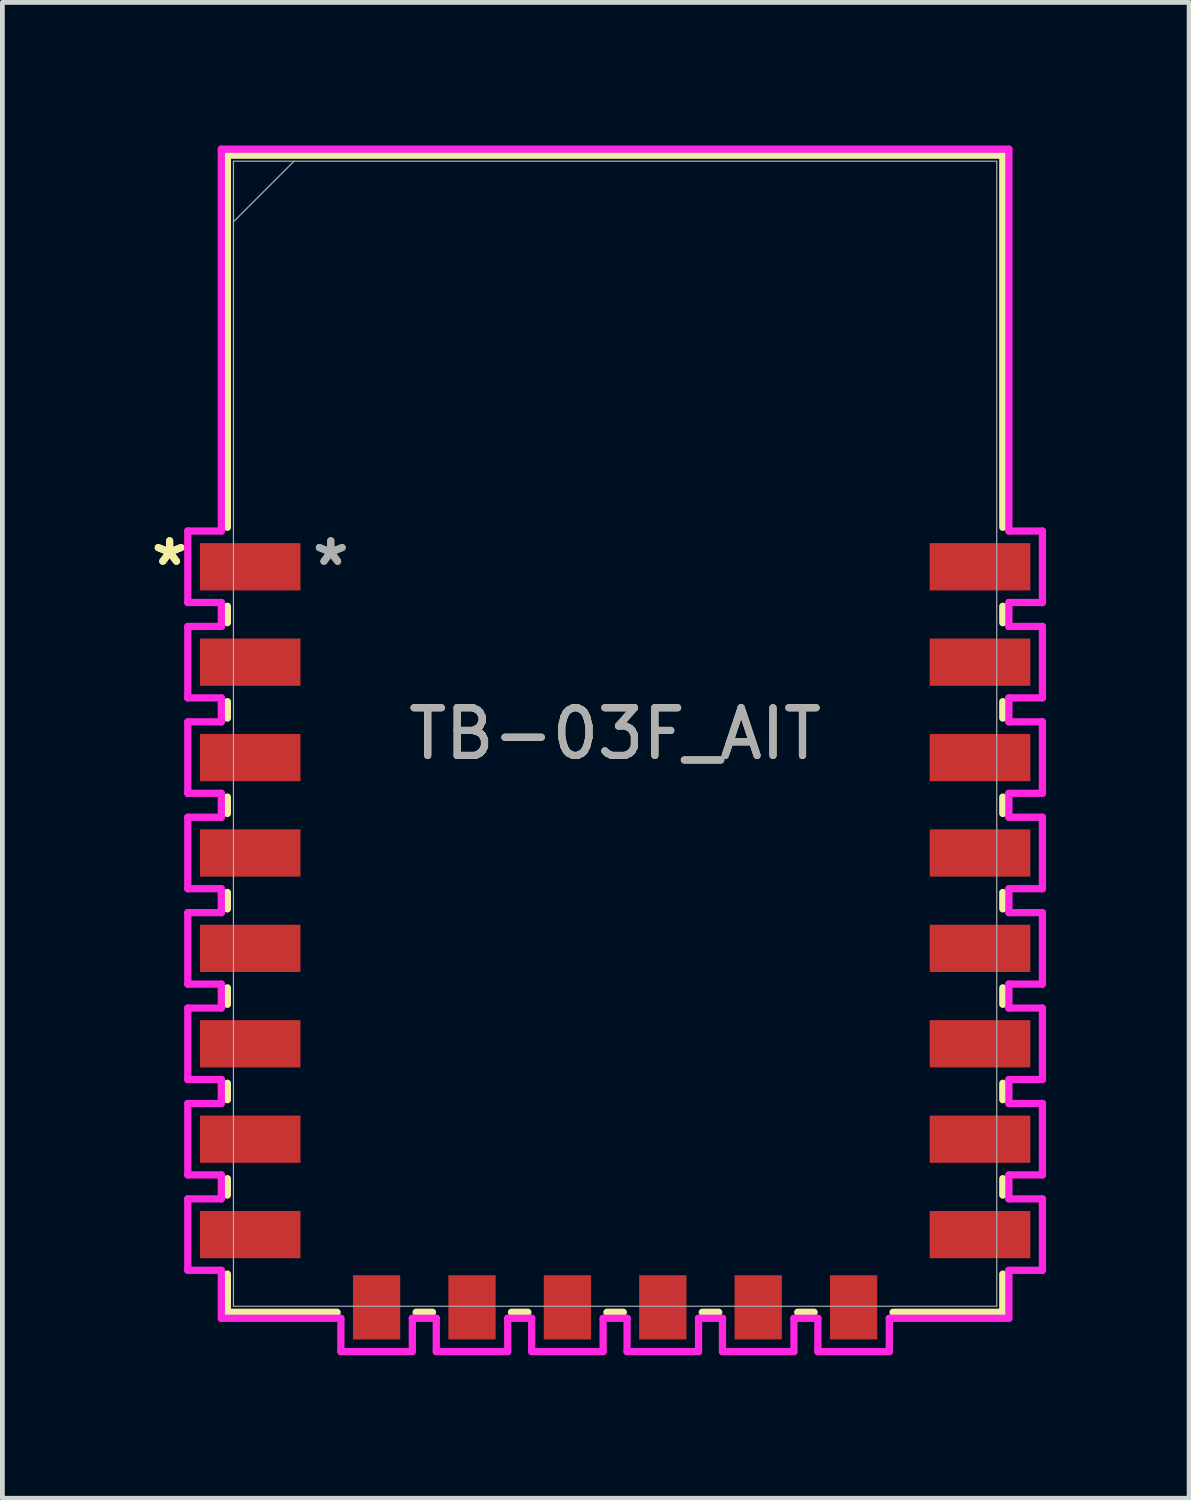
<source format=kicad_pcb>
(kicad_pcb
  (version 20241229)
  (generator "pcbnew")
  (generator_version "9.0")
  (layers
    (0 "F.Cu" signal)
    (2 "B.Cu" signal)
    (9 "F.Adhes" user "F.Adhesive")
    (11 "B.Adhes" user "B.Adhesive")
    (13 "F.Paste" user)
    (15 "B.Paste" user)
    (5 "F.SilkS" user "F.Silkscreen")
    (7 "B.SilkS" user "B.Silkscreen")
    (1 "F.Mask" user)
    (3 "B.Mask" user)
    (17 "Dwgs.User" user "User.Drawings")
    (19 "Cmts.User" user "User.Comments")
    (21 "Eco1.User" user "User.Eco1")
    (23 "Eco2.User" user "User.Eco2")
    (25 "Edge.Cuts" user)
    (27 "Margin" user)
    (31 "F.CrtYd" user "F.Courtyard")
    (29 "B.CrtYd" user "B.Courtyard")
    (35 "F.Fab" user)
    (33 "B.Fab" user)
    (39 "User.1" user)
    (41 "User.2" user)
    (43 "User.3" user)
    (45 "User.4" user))
  (footprint "TB-03F_AIT"
    (layer "F.Cu")
    (at 9.845 12.332)
    (property "Reference" "TB-03F_AIT" (at 0 0 0) (unlocked yes) (layer "F.SilkS") (effects (font (size 1 1) (thickness 0.15))))
    (attr smd)
    (fp_line (start -8.128 -12.129) (end 8.128 -12.129) (stroke (width 0.152) (type solid)) (layer "F.SilkS"))
    (fp_line (start -8.128 -4.328) (end -8.128 -12.129) (stroke (width 0.152) (type solid)) (layer "F.SilkS"))
    (fp_line (start -8.128 -2.328) (end -8.128 -2.672) (stroke (width 0.152) (type solid)) (layer "F.SilkS"))
    (fp_line (start -8.128 -0.328) (end -8.128 -0.672) (stroke (width 0.152) (type solid)) (layer "F.SilkS"))
    (fp_line (start -8.128 1.672) (end -8.128 1.328) (stroke (width 0.152) (type solid)) (layer "F.SilkS"))
    (fp_line (start -8.128 3.672) (end -8.128 3.328) (stroke (width 0.152) (type solid)) (layer "F.SilkS"))
    (fp_line (start -8.128 5.672) (end -8.128 5.328) (stroke (width 0.152) (type solid)) (layer "F.SilkS"))
    (fp_line (start -8.128 7.672) (end -8.128 7.328) (stroke (width 0.152) (type solid)) (layer "F.SilkS"))
    (fp_line (start -8.128 9.672) (end -8.128 9.328) (stroke (width 0.152) (type solid)) (layer "F.SilkS"))
    (fp_line (start -8.128 12.129) (end -8.128 11.328) (stroke (width 0.152) (type solid)) (layer "F.SilkS"))
    (fp_line (start -5.828 12.129) (end -8.128 12.129) (stroke (width 0.152) (type solid)) (layer "F.SilkS"))
    (fp_line (start -3.828 12.129) (end -4.172 12.129) (stroke (width 0.152) (type solid)) (layer "F.SilkS"))
    (fp_line (start -1.828 12.129) (end -2.172 12.129) (stroke (width 0.152) (type solid)) (layer "F.SilkS"))
    (fp_line (start 0.172 12.129) (end -0.172 12.129) (stroke (width 0.152) (type solid)) (layer "F.SilkS"))
    (fp_line (start 2.172 12.129) (end 1.828 12.129) (stroke (width 0.152) (type solid)) (layer "F.SilkS"))
    (fp_line (start 4.172 12.129) (end 3.828 12.129) (stroke (width 0.152) (type solid)) (layer "F.SilkS"))
    (fp_line (start 8.128 -12.129) (end 8.128 -4.328) (stroke (width 0.152) (type solid)) (layer "F.SilkS"))
    (fp_line (start 8.128 -2.672) (end 8.128 -2.328) (stroke (width 0.152) (type solid)) (layer "F.SilkS"))
    (fp_line (start 8.128 -0.672) (end 8.128 -0.328) (stroke (width 0.152) (type solid)) (layer "F.SilkS"))
    (fp_line (start 8.128 1.328) (end 8.128 1.672) (stroke (width 0.152) (type solid)) (layer "F.SilkS"))
    (fp_line (start 8.128 3.328) (end 8.128 3.672) (stroke (width 0.152) (type solid)) (layer "F.SilkS"))
    (fp_line (start 8.128 5.328) (end 8.128 5.672) (stroke (width 0.152) (type solid)) (layer "F.SilkS"))
    (fp_line (start 8.128 7.328) (end 8.128 7.672) (stroke (width 0.152) (type solid)) (layer "F.SilkS"))
    (fp_line (start 8.128 9.328) (end 8.128 9.672) (stroke (width 0.152) (type solid)) (layer "F.SilkS"))
    (fp_line (start 8.128 11.328) (end 8.128 12.129) (stroke (width 0.152) (type solid)) (layer "F.SilkS"))
    (fp_line (start 8.128 12.129) (end 5.828 12.129) (stroke (width 0.152) (type solid)) (layer "F.SilkS"))
    (fp_poly (pts (xy -8.001 -12.002) (xy -8.001 -6.007) (xy 8.001 -6.007) (xy 8.001 -12.002)) (stroke (width 0.1) (type solid)) (fill no) (layer "Eco2.User"))
    (fp_line (start -8.958 -4.249) (end -8.958 -2.751) (stroke (width 0.152) (type solid)) (layer "F.CrtYd"))
    (fp_line (start -8.958 -2.751) (end -8.255 -2.751) (stroke (width 0.152) (type solid)) (layer "F.CrtYd"))
    (fp_line (start -8.958 -2.249) (end -8.958 -0.751) (stroke (width 0.152) (type solid)) (layer "F.CrtYd"))
    (fp_line (start -8.958 -0.751) (end -8.255 -0.751) (stroke (width 0.152) (type solid)) (layer "F.CrtYd"))
    (fp_line (start -8.958 -0.249) (end -8.958 1.249) (stroke (width 0.152) (type solid)) (layer "F.CrtYd"))
    (fp_line (start -8.958 1.249) (end -8.255 1.249) (stroke (width 0.152) (type solid)) (layer "F.CrtYd"))
    (fp_line (start -8.958 1.751) (end -8.958 3.249) (stroke (width 0.152) (type solid)) (layer "F.CrtYd"))
    (fp_line (start -8.958 3.249) (end -8.255 3.249) (stroke (width 0.152) (type solid)) (layer "F.CrtYd"))
    (fp_line (start -8.958 3.751) (end -8.958 5.249) (stroke (width 0.152) (type solid)) (layer "F.CrtYd"))
    (fp_line (start -8.958 5.249) (end -8.255 5.249) (stroke (width 0.152) (type solid)) (layer "F.CrtYd"))
    (fp_line (start -8.958 5.751) (end -8.958 7.249) (stroke (width 0.152) (type solid)) (layer "F.CrtYd"))
    (fp_line (start -8.958 7.249) (end -8.255 7.249) (stroke (width 0.152) (type solid)) (layer "F.CrtYd"))
    (fp_line (start -8.958 7.751) (end -8.958 9.249) (stroke (width 0.152) (type solid)) (layer "F.CrtYd"))
    (fp_line (start -8.958 9.249) (end -8.255 9.249) (stroke (width 0.152) (type solid)) (layer "F.CrtYd"))
    (fp_line (start -8.958 9.751) (end -8.958 11.249) (stroke (width 0.152) (type solid)) (layer "F.CrtYd"))
    (fp_line (start -8.958 11.249) (end -8.255 11.249) (stroke (width 0.152) (type solid)) (layer "F.CrtYd"))
    (fp_line (start -8.255 -12.255) (end -8.255 -4.249) (stroke (width 0.152) (type solid)) (layer "F.CrtYd"))
    (fp_line (start -8.255 -4.249) (end -8.958 -4.249) (stroke (width 0.152) (type solid)) (layer "F.CrtYd"))
    (fp_line (start -8.255 -2.751) (end -8.255 -2.249) (stroke (width 0.152) (type solid)) (layer "F.CrtYd"))
    (fp_line (start -8.255 -2.249) (end -8.958 -2.249) (stroke (width 0.152) (type solid)) (layer "F.CrtYd"))
    (fp_line (start -8.255 -0.751) (end -8.255 -0.249) (stroke (width 0.152) (type solid)) (layer "F.CrtYd"))
    (fp_line (start -8.255 -0.249) (end -8.958 -0.249) (stroke (width 0.152) (type solid)) (layer "F.CrtYd"))
    (fp_line (start -8.255 1.249) (end -8.255 1.751) (stroke (width 0.152) (type solid)) (layer "F.CrtYd"))
    (fp_line (start -8.255 1.751) (end -8.958 1.751) (stroke (width 0.152) (type solid)) (layer "F.CrtYd"))
    (fp_line (start -8.255 3.249) (end -8.255 3.751) (stroke (width 0.152) (type solid)) (layer "F.CrtYd"))
    (fp_line (start -8.255 3.751) (end -8.958 3.751) (stroke (width 0.152) (type solid)) (layer "F.CrtYd"))
    (fp_line (start -8.255 5.249) (end -8.255 5.751) (stroke (width 0.152) (type solid)) (layer "F.CrtYd"))
    (fp_line (start -8.255 5.751) (end -8.958 5.751) (stroke (width 0.152) (type solid)) (layer "F.CrtYd"))
    (fp_line (start -8.255 7.249) (end -8.255 7.751) (stroke (width 0.152) (type solid)) (layer "F.CrtYd"))
    (fp_line (start -8.255 7.751) (end -8.958 7.751) (stroke (width 0.152) (type solid)) (layer "F.CrtYd"))
    (fp_line (start -8.255 9.249) (end -8.255 9.751) (stroke (width 0.152) (type solid)) (layer "F.CrtYd"))
    (fp_line (start -8.255 9.751) (end -8.958 9.751) (stroke (width 0.152) (type solid)) (layer "F.CrtYd"))
    (fp_line (start -8.255 11.249) (end -8.255 12.255) (stroke (width 0.152) (type solid)) (layer "F.CrtYd"))
    (fp_line (start -8.255 12.255) (end -5.749 12.255) (stroke (width 0.152) (type solid)) (layer "F.CrtYd"))
    (fp_line (start -5.749 12.255) (end -5.749 12.952) (stroke (width 0.152) (type solid)) (layer "F.CrtYd"))
    (fp_line (start -5.749 12.952) (end -4.251 12.952) (stroke (width 0.152) (type solid)) (layer "F.CrtYd"))
    (fp_line (start -4.251 12.255) (end -3.749 12.255) (stroke (width 0.152) (type solid)) (layer "F.CrtYd"))
    (fp_line (start -4.251 12.952) (end -4.251 12.255) (stroke (width 0.152) (type solid)) (layer "F.CrtYd"))
    (fp_line (start -3.749 12.255) (end -3.749 12.952) (stroke (width 0.152) (type solid)) (layer "F.CrtYd"))
    (fp_line (start -3.749 12.952) (end -2.251 12.952) (stroke (width 0.152) (type solid)) (layer "F.CrtYd"))
    (fp_line (start -2.251 12.255) (end -1.749 12.255) (stroke (width 0.152) (type solid)) (layer "F.CrtYd"))
    (fp_line (start -2.251 12.952) (end -2.251 12.255) (stroke (width 0.152) (type solid)) (layer "F.CrtYd"))
    (fp_line (start -1.749 12.255) (end -1.749 12.952) (stroke (width 0.152) (type solid)) (layer "F.CrtYd"))
    (fp_line (start -1.749 12.952) (end -0.251 12.952) (stroke (width 0.152) (type solid)) (layer "F.CrtYd"))
    (fp_line (start -0.251 12.255) (end 0.251 12.255) (stroke (width 0.152) (type solid)) (layer "F.CrtYd"))
    (fp_line (start -0.251 12.952) (end -0.251 12.255) (stroke (width 0.152) (type solid)) (layer "F.CrtYd"))
    (fp_line (start 0.251 12.255) (end 0.251 12.952) (stroke (width 0.152) (type solid)) (layer "F.CrtYd"))
    (fp_line (start 0.251 12.952) (end 1.749 12.952) (stroke (width 0.152) (type solid)) (layer "F.CrtYd"))
    (fp_line (start 1.749 12.255) (end 2.251 12.255) (stroke (width 0.152) (type solid)) (layer "F.CrtYd"))
    (fp_line (start 1.749 12.952) (end 1.749 12.255) (stroke (width 0.152) (type solid)) (layer "F.CrtYd"))
    (fp_line (start 2.251 12.255) (end 2.251 12.952) (stroke (width 0.152) (type solid)) (layer "F.CrtYd"))
    (fp_line (start 2.251 12.952) (end 3.749 12.952) (stroke (width 0.152) (type solid)) (layer "F.CrtYd"))
    (fp_line (start 3.749 12.255) (end 4.251 12.255) (stroke (width 0.152) (type solid)) (layer "F.CrtYd"))
    (fp_line (start 3.749 12.952) (end 3.749 12.255) (stroke (width 0.152) (type solid)) (layer "F.CrtYd"))
    (fp_line (start 4.251 12.255) (end 4.251 12.952) (stroke (width 0.152) (type solid)) (layer "F.CrtYd"))
    (fp_line (start 4.251 12.952) (end 5.749 12.952) (stroke (width 0.152) (type solid)) (layer "F.CrtYd"))
    (fp_line (start 5.749 12.255) (end 8.255 12.255) (stroke (width 0.152) (type solid)) (layer "F.CrtYd"))
    (fp_line (start 5.749 12.952) (end 5.749 12.255) (stroke (width 0.152) (type solid)) (layer "F.CrtYd"))
    (fp_line (start 8.255 -12.255) (end -8.255 -12.255) (stroke (width 0.152) (type solid)) (layer "F.CrtYd"))
    (fp_line (start 8.255 -4.249) (end 8.255 -12.255) (stroke (width 0.152) (type solid)) (layer "F.CrtYd"))
    (fp_line (start 8.255 -2.751) (end 8.958 -2.751) (stroke (width 0.152) (type solid)) (layer "F.CrtYd"))
    (fp_line (start 8.255 -2.249) (end 8.255 -2.751) (stroke (width 0.152) (type solid)) (layer "F.CrtYd"))
    (fp_line (start 8.255 -0.751) (end 8.958 -0.751) (stroke (width 0.152) (type solid)) (layer "F.CrtYd"))
    (fp_line (start 8.255 -0.249) (end 8.255 -0.751) (stroke (width 0.152) (type solid)) (layer "F.CrtYd"))
    (fp_line (start 8.255 1.249) (end 8.958 1.249) (stroke (width 0.152) (type solid)) (layer "F.CrtYd"))
    (fp_line (start 8.255 1.751) (end 8.255 1.249) (stroke (width 0.152) (type solid)) (layer "F.CrtYd"))
    (fp_line (start 8.255 3.249) (end 8.958 3.249) (stroke (width 0.152) (type solid)) (layer "F.CrtYd"))
    (fp_line (start 8.255 3.751) (end 8.255 3.249) (stroke (width 0.152) (type solid)) (layer "F.CrtYd"))
    (fp_line (start 8.255 5.249) (end 8.958 5.249) (stroke (width 0.152) (type solid)) (layer "F.CrtYd"))
    (fp_line (start 8.255 5.751) (end 8.255 5.249) (stroke (width 0.152) (type solid)) (layer "F.CrtYd"))
    (fp_line (start 8.255 7.249) (end 8.958 7.249) (stroke (width 0.152) (type solid)) (layer "F.CrtYd"))
    (fp_line (start 8.255 7.751) (end 8.255 7.249) (stroke (width 0.152) (type solid)) (layer "F.CrtYd"))
    (fp_line (start 8.255 9.249) (end 8.958 9.249) (stroke (width 0.152) (type solid)) (layer "F.CrtYd"))
    (fp_line (start 8.255 9.751) (end 8.255 9.249) (stroke (width 0.152) (type solid)) (layer "F.CrtYd"))
    (fp_line (start 8.255 11.249) (end 8.958 11.249) (stroke (width 0.152) (type solid)) (layer "F.CrtYd"))
    (fp_line (start 8.255 12.255) (end 8.255 11.249) (stroke (width 0.152) (type solid)) (layer "F.CrtYd"))
    (fp_line (start 8.958 -4.249) (end 8.255 -4.249) (stroke (width 0.152) (type solid)) (layer "F.CrtYd"))
    (fp_line (start 8.958 -2.751) (end 8.958 -4.249) (stroke (width 0.152) (type solid)) (layer "F.CrtYd"))
    (fp_line (start 8.958 -2.249) (end 8.255 -2.249) (stroke (width 0.152) (type solid)) (layer "F.CrtYd"))
    (fp_line (start 8.958 -0.751) (end 8.958 -2.249) (stroke (width 0.152) (type solid)) (layer "F.CrtYd"))
    (fp_line (start 8.958 -0.249) (end 8.255 -0.249) (stroke (width 0.152) (type solid)) (layer "F.CrtYd"))
    (fp_line (start 8.958 1.249) (end 8.958 -0.249) (stroke (width 0.152) (type solid)) (layer "F.CrtYd"))
    (fp_line (start 8.958 1.751) (end 8.255 1.751) (stroke (width 0.152) (type solid)) (layer "F.CrtYd"))
    (fp_line (start 8.958 3.249) (end 8.958 1.751) (stroke (width 0.152) (type solid)) (layer "F.CrtYd"))
    (fp_line (start 8.958 3.751) (end 8.255 3.751) (stroke (width 0.152) (type solid)) (layer "F.CrtYd"))
    (fp_line (start 8.958 5.249) (end 8.958 3.751) (stroke (width 0.152) (type solid)) (layer "F.CrtYd"))
    (fp_line (start 8.958 5.751) (end 8.255 5.751) (stroke (width 0.152) (type solid)) (layer "F.CrtYd"))
    (fp_line (start 8.958 7.249) (end 8.958 5.751) (stroke (width 0.152) (type solid)) (layer "F.CrtYd"))
    (fp_line (start 8.958 7.751) (end 8.255 7.751) (stroke (width 0.152) (type solid)) (layer "F.CrtYd"))
    (fp_line (start 8.958 9.249) (end 8.958 7.751) (stroke (width 0.152) (type solid)) (layer "F.CrtYd"))
    (fp_line (start 8.958 9.751) (end 8.255 9.751) (stroke (width 0.152) (type solid)) (layer "F.CrtYd"))
    (fp_line (start 8.958 11.249) (end 8.958 9.751) (stroke (width 0.152) (type solid)) (layer "F.CrtYd"))
    (fp_line (start -8.001 -12.002) (end -8.001 12.002) (stroke (width 0.025) (type solid)) (layer "F.Fab"))
    (fp_line (start -8.001 -10.732) (end -6.731 -12.002) (stroke (width 0.025) (type solid)) (layer "F.Fab"))
    (fp_line (start -8.001 12.002) (end 8.001 12.002) (stroke (width 0.025) (type solid)) (layer "F.Fab"))
    (fp_line (start 8.001 -12.002) (end -8.001 -12.002) (stroke (width 0.025) (type solid)) (layer "F.Fab"))
    (fp_line (start 8.001 12.002) (end 8.001 -12.002) (stroke (width 0.025) (type solid)) (layer "F.Fab"))
    (fp_text user "*" (at -9.339 -3.5 0) (layer "F.SilkS") (effects (font (size 1 1) (thickness 0.15))))
    (fp_text user "*" (at -9.339 -3.5 0) (unlocked yes) (layer "F.SilkS") (effects (font (size 1 1) (thickness 0.15))))
    (fp_text user "${REFERENCE}" (at 0 0 0) (unlocked yes) (layer "F.Fab") (effects (font (size 1 1) (thickness 0.15))))
    (fp_text user "*" (at -5.961 -3.5 0) (unlocked yes) (layer "F.Fab") (effects (font (size 1 1) (thickness 0.15))))
    (fp_text user "*" (at -5.961 -3.5 0) (layer "F.Fab") (effects (font (size 1 1) (thickness 0.15))))
    (pad "1" smd rect (at -7.65 -3.5) (size 2.108 0.991) (layers "F.Cu" "F.Mask" "F.Paste"))
    (pad "2" smd rect (at -7.65 -1.5) (size 2.108 0.991) (layers "F.Cu" "F.Mask" "F.Paste"))
    (pad "3" smd rect (at -7.65 0.5) (size 2.108 0.991) (layers "F.Cu" "F.Mask" "F.Paste"))
    (pad "4" smd rect (at -7.65 2.5) (size 2.108 0.991) (layers "F.Cu" "F.Mask" "F.Paste"))
    (pad "5" smd rect (at -7.65 4.5) (size 2.108 0.991) (layers "F.Cu" "F.Mask" "F.Paste"))
    (pad "6" smd rect (at -7.65 6.5) (size 2.108 0.991) (layers "F.Cu" "F.Mask" "F.Paste"))
    (pad "7" smd rect (at -7.65 8.5) (size 2.108 0.991) (layers "F.Cu" "F.Mask" "F.Paste"))
    (pad "8" smd rect (at -7.65 10.5) (size 2.108 0.991) (layers "F.Cu" "F.Mask" "F.Paste"))
    (pad "9" smd rect (at -5 12.025 90) (size 1.346 0.991) (layers "F.Cu" "F.Mask" "F.Paste"))
    (pad "10" smd rect (at -3 12.025 90) (size 1.346 0.991) (layers "F.Cu" "F.Mask" "F.Paste"))
    (pad "11" smd rect (at -1 12.025 90) (size 1.346 0.991) (layers "F.Cu" "F.Mask" "F.Paste"))
    (pad "12" smd rect (at 1 12.025 90) (size 1.346 0.991) (layers "F.Cu" "F.Mask" "F.Paste"))
    (pad "13" smd rect (at 3 12.025 90) (size 1.346 0.991) (layers "F.Cu" "F.Mask" "F.Paste"))
    (pad "14" smd rect (at 5 12.025 90) (size 1.346 0.991) (layers "F.Cu" "F.Mask" "F.Paste"))
    (pad "15" smd rect (at 7.65 10.5) (size 2.108 0.991) (layers "F.Cu" "F.Mask" "F.Paste"))
    (pad "16" smd rect (at 7.65 8.5) (size 2.108 0.991) (layers "F.Cu" "F.Mask" "F.Paste"))
    (pad "17" smd rect (at 7.65 6.5) (size 2.108 0.991) (layers "F.Cu" "F.Mask" "F.Paste"))
    (pad "18" smd rect (at 7.65 4.5) (size 2.108 0.991) (layers "F.Cu" "F.Mask" "F.Paste"))
    (pad "19" smd rect (at 7.65 2.5) (size 2.108 0.991) (layers "F.Cu" "F.Mask" "F.Paste"))
    (pad "20" smd rect (at 7.65 0.5) (size 2.108 0.991) (layers "F.Cu" "F.Mask" "F.Paste"))
    (pad "21" smd rect (at 7.65 -1.5) (size 2.108 0.991) (layers "F.Cu" "F.Mask" "F.Paste"))
    (pad "22" smd rect (at 7.65 -3.5) (size 2.108 0.991) (layers "F.Cu" "F.Mask" "F.Paste")))
  (gr_rect
    (start -3 -3)
    (end 21.879 28.36)
    (stroke (width 0.1) (type default))
    (fill no)
    (layer "Edge.Cuts")))
</source>
